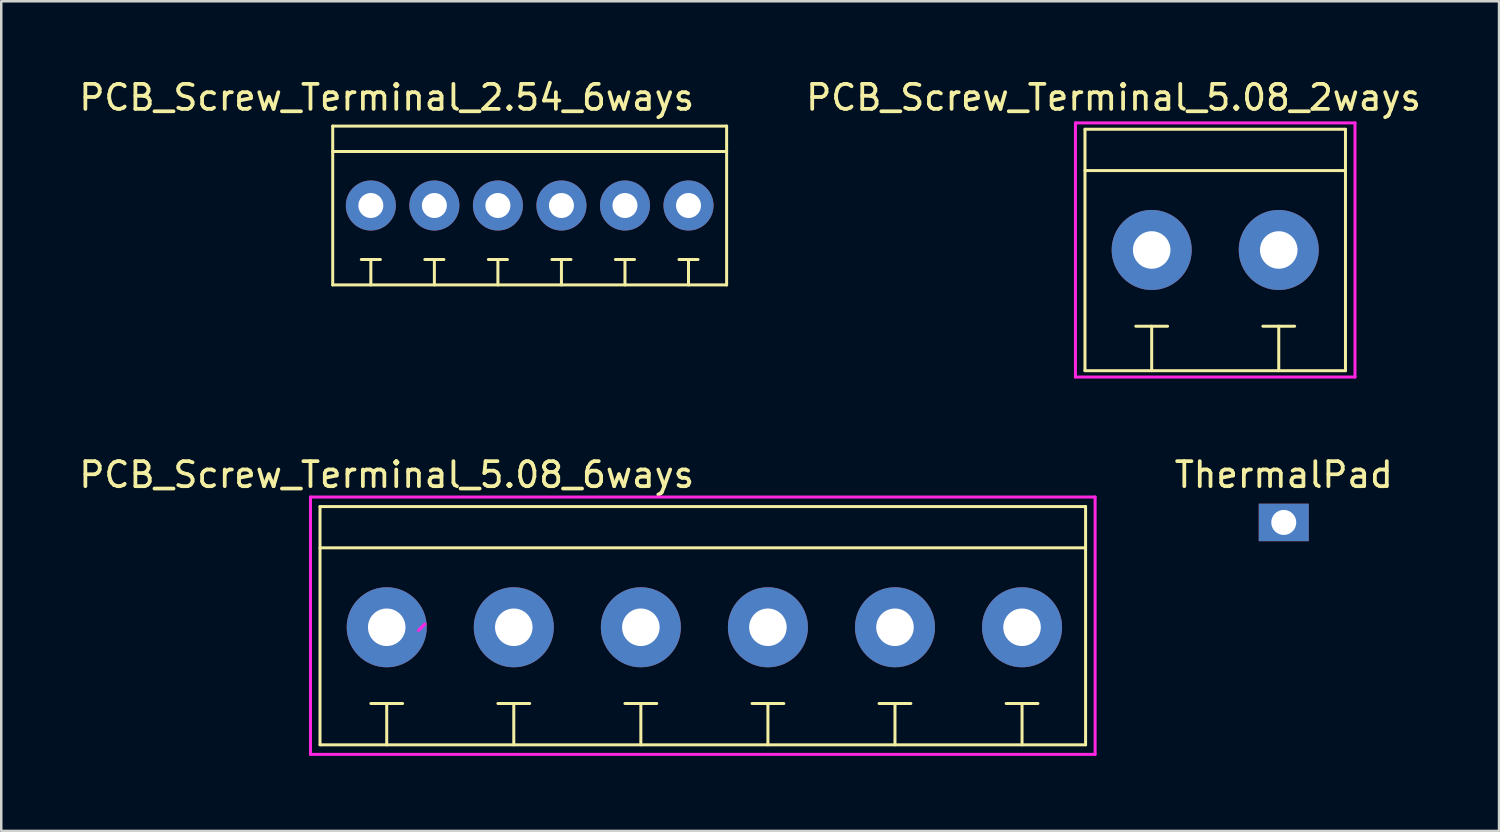
<source format=kicad_pcb>
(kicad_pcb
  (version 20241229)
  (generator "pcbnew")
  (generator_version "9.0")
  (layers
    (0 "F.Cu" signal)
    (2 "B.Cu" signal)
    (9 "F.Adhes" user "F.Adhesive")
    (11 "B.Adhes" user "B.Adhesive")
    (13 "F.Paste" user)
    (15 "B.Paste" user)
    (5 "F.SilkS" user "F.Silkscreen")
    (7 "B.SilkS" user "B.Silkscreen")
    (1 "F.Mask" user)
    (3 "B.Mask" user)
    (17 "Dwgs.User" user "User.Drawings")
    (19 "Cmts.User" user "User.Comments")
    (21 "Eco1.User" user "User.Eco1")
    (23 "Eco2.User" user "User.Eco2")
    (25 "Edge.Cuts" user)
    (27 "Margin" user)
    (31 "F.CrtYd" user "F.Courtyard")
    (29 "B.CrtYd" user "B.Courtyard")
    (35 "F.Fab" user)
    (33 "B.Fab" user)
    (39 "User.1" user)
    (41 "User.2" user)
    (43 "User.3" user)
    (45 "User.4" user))
  (footprint "PCB_Screw_Terminal_5.08_2ways"
    (layer "F.Cu")
    (at 45.534 6.817)
    (property "Reference" "PCB_Screw_Terminal_5.08_2ways" (at -4.064 -5.969 0) (layer "F.SilkS") (effects (font (size 1 1) (thickness 0.15))))
    (attr through_hole)
    (fp_line (start -5.207 -4.699) (end 5.207 -4.699) (stroke (width 0.12) (type solid)) (layer "F.SilkS"))
    (fp_line (start -5.207 4.953) (end -5.207 -4.699) (stroke (width 0.12) (type solid)) (layer "F.SilkS"))
    (fp_line (start -3.175 3.175) (end -1.905 3.175) (stroke (width 0.12) (type solid)) (layer "F.SilkS"))
    (fp_line (start -2.54 3.175) (end -2.54 4.953) (stroke (width 0.12) (type solid)) (layer "F.SilkS"))
    (fp_line (start 2.54 4.953) (end 2.54 3.175) (stroke (width 0.12) (type solid)) (layer "F.SilkS"))
    (fp_line (start 3.175 3.175) (end 1.905 3.175) (stroke (width 0.12) (type solid)) (layer "F.SilkS"))
    (fp_line (start 5.207 -4.699) (end 5.207 4.953) (stroke (width 0.12) (type solid)) (layer "F.SilkS"))
    (fp_line (start 5.207 -3.048) (end -5.207 -3.048) (stroke (width 0.12) (type solid)) (layer "F.SilkS"))
    (fp_line (start 5.207 4.953) (end -5.207 4.953) (stroke (width 0.12) (type solid)) (layer "F.SilkS"))
    (fp_line (start -5.588 -4.953) (end 5.588 -4.953) (stroke (width 0.12) (type solid)) (layer "F.CrtYd"))
    (fp_line (start -5.588 5.207) (end -5.588 -4.953) (stroke (width 0.12) (type solid)) (layer "F.CrtYd"))
    (fp_line (start 5.588 -4.953) (end 5.588 5.207) (stroke (width 0.12) (type solid)) (layer "F.CrtYd"))
    (fp_line (start 5.588 5.207) (end -5.588 5.207) (stroke (width 0.12) (type solid)) (layer "F.CrtYd"))
    (pad "1" thru_hole circle (at -2.54 0.127) (size 3.2 3.2) (drill 1.5) (layers "*.Cu" "*.Mask"))
    (pad "2" thru_hole circle (at 2.54 0.127) (size 3.2 3.2) (drill 1.5) (layers "*.Cu" "*.Mask")))
  (footprint "PCB_Screw_Terminal_5.08_6ways"
    (layer "F.Cu")
    (at 12.411 21.901)
    (property "Reference" "PCB_Screw_Terminal_5.08_6ways" (at 0 -5.969 0) (layer "F.SilkS") (effects (font (size 1 1) (thickness 0.15))))
    (attr through_hole)
    (fp_line (start -2.667 -4.699) (end 27.94 -4.699) (stroke (width 0.12) (type solid)) (layer "F.SilkS"))
    (fp_line (start -2.667 4.826) (end -2.667 -4.699) (stroke (width 0.12) (type solid)) (layer "F.SilkS"))
    (fp_line (start -0.635 3.175) (end 0.635 3.175) (stroke (width 0.12) (type solid)) (layer "F.SilkS"))
    (fp_line (start 0 3.175) (end 0 4.826) (stroke (width 0.12) (type solid)) (layer "F.SilkS"))
    (fp_line (start 5.08 4.826) (end 5.08 3.175) (stroke (width 0.12) (type solid)) (layer "F.SilkS"))
    (fp_line (start 5.715 3.175) (end 4.445 3.175) (stroke (width 0.12) (type solid)) (layer "F.SilkS"))
    (fp_line (start 10.16 4.826) (end 10.16 3.175) (stroke (width 0.12) (type solid)) (layer "F.SilkS"))
    (fp_line (start 10.795 3.175) (end 9.525 3.175) (stroke (width 0.12) (type solid)) (layer "F.SilkS"))
    (fp_line (start 15.24 4.826) (end 15.24 3.175) (stroke (width 0.12) (type solid)) (layer "F.SilkS"))
    (fp_line (start 15.875 3.175) (end 14.605 3.175) (stroke (width 0.12) (type solid)) (layer "F.SilkS"))
    (fp_line (start 20.32 4.826) (end 20.32 3.175) (stroke (width 0.12) (type solid)) (layer "F.SilkS"))
    (fp_line (start 20.955 3.175) (end 19.685 3.175) (stroke (width 0.12) (type solid)) (layer "F.SilkS"))
    (fp_line (start 25.4 4.826) (end 25.4 3.175) (stroke (width 0.12) (type solid)) (layer "F.SilkS"))
    (fp_line (start 26.035 3.175) (end 24.765 3.175) (stroke (width 0.12) (type solid)) (layer "F.SilkS"))
    (fp_line (start 27.94 -4.699) (end 27.94 4.826) (stroke (width 0.12) (type solid)) (layer "F.SilkS"))
    (fp_line (start 27.94 -3.048) (end -2.667 -3.048) (stroke (width 0.12) (type solid)) (layer "F.SilkS"))
    (fp_line (start 27.94 4.826) (end -2.667 4.826) (stroke (width 0.12) (type solid)) (layer "F.SilkS"))
    (fp_line (start -3.048 -5.08) (end 28.321 -5.08) (stroke (width 0.12) (type solid)) (layer "F.CrtYd"))
    (fp_line (start -3.048 5.207) (end -3.048 -5.08) (stroke (width 0.12) (type solid)) (layer "F.CrtYd"))
    (fp_line (start 1.524 0) (end 1.27 0.254) (stroke (width 0.12) (type solid)) (layer "F.CrtYd"))
    (fp_line (start 28.321 5.207) (end -3.048 5.207) (stroke (width 0.12) (type solid)) (layer "F.CrtYd"))
    (fp_line (start 28.321 5.207) (end 28.321 -5.08) (stroke (width 0.12) (type solid)) (layer "F.CrtYd"))
    (pad "1" thru_hole circle (at 0 0.127) (size 3.2 3.2) (drill 1.5) (layers "*.Cu" "*.Mask"))
    (pad "2" thru_hole circle (at 5.08 0.127) (size 3.2 3.2) (drill 1.5) (layers "*.Cu" "*.Mask"))
    (pad "3" thru_hole circle (at 10.16 0.127) (size 3.2 3.2) (drill 1.5) (layers "*.Cu" "*.Mask"))
    (pad "4" thru_hole circle (at 15.24 0.127) (size 3.2 3.2) (drill 1.5) (layers "*.Cu" "*.Mask"))
    (pad "5" thru_hole circle (at 20.32 0.127) (size 3.2 3.2) (drill 1.5) (layers "*.Cu" "*.Mask"))
    (pad "6" thru_hole circle (at 25.4 0.127) (size 3.2 3.2) (drill 1.5) (layers "*.Cu" "*.Mask")))
  (footprint "ThermalPad"
    (layer "F.Cu")
    (at 48.274 17.837)
    (property "Reference" "ThermalPad" (at 0 -1.905 0) (layer "F.SilkS") (effects (font (size 1 1) (thickness 0.15))))
    (attr through_hole)
    (pad "1" thru_hole rect (at 0 0) (size 2 1.5) (drill 1) (layers "*.Cu" "*.Mask")))
  (footprint "PCB_Screw_Terminal_2.54_6ways"
    (layer "F.Cu")
    (at 11.776 5.166)
    (property "Reference" "PCB_Screw_Terminal_2.54_6ways" (at 0.635 -4.318 0) (layer "F.SilkS") (effects (font (size 1 1) (thickness 0.15))))
    (attr through_hole)
    (fp_line (start -1.524 -3.175) (end -1.524 3.175) (stroke (width 0.12) (type solid)) (layer "F.SilkS"))
    (fp_line (start -1.524 -2.159) (end 14.224 -2.159) (stroke (width 0.12) (type solid)) (layer "F.SilkS"))
    (fp_line (start -1.524 3.175) (end 14.224 3.175) (stroke (width 0.12) (type solid)) (layer "F.SilkS"))
    (fp_line (start -0.381 2.159) (end 0.381 2.159) (stroke (width 0.12) (type solid)) (layer "F.SilkS"))
    (fp_line (start 0 3.175) (end 0 2.159) (stroke (width 0.12) (type solid)) (layer "F.SilkS"))
    (fp_line (start 2.159 2.159) (end 2.921 2.159) (stroke (width 0.12) (type solid)) (layer "F.SilkS"))
    (fp_line (start 2.54 3.175) (end 2.54 2.159) (stroke (width 0.12) (type solid)) (layer "F.SilkS"))
    (fp_line (start 4.699 2.159) (end 5.461 2.159) (stroke (width 0.12) (type solid)) (layer "F.SilkS"))
    (fp_line (start 5.08 3.175) (end 5.08 2.159) (stroke (width 0.12) (type solid)) (layer "F.SilkS"))
    (fp_line (start 7.239 2.159) (end 8.001 2.159) (stroke (width 0.12) (type solid)) (layer "F.SilkS"))
    (fp_line (start 7.62 3.175) (end 7.62 2.159) (stroke (width 0.12) (type solid)) (layer "F.SilkS"))
    (fp_line (start 9.779 2.159) (end 10.541 2.159) (stroke (width 0.12) (type solid)) (layer "F.SilkS"))
    (fp_line (start 10.16 3.175) (end 10.16 2.159) (stroke (width 0.12) (type solid)) (layer "F.SilkS"))
    (fp_line (start 12.319 2.159) (end 13.081 2.159) (stroke (width 0.12) (type solid)) (layer "F.SilkS"))
    (fp_line (start 12.7 3.175) (end 12.7 2.159) (stroke (width 0.12) (type solid)) (layer "F.SilkS"))
    (fp_line (start 14.224 -3.175) (end -1.524 -3.175) (stroke (width 0.12) (type solid)) (layer "F.SilkS"))
    (fp_line (start 14.224 3.175) (end 14.224 -3.175) (stroke (width 0.12) (type solid)) (layer "F.SilkS"))
    (pad "1" thru_hole circle (at 0 0) (size 2 2) (drill 1) (layers "*.Cu" "*.Mask"))
    (pad "2" thru_hole circle (at 2.54 0) (size 2 2) (drill 1) (layers "*.Cu" "*.Mask"))
    (pad "3" thru_hole circle (at 5.08 0) (size 2 2) (drill 1) (layers "*.Cu" "*.Mask"))
    (pad "4" thru_hole circle (at 7.62 0) (size 2 2) (drill 1) (layers "*.Cu" "*.Mask"))
    (pad "5" thru_hole circle (at 10.16 0) (size 2 2) (drill 1) (layers "*.Cu" "*.Mask"))
    (pad "6" thru_hole circle (at 12.7 0) (size 2 2) (drill 1) (layers "*.Cu" "*.Mask")))
  (gr_rect
    (start -3 -3)
    (end 56.881 30.169)
    (stroke (width 0.1) (type default))
    (fill no)
    (layer "Edge.Cuts")))
</source>
